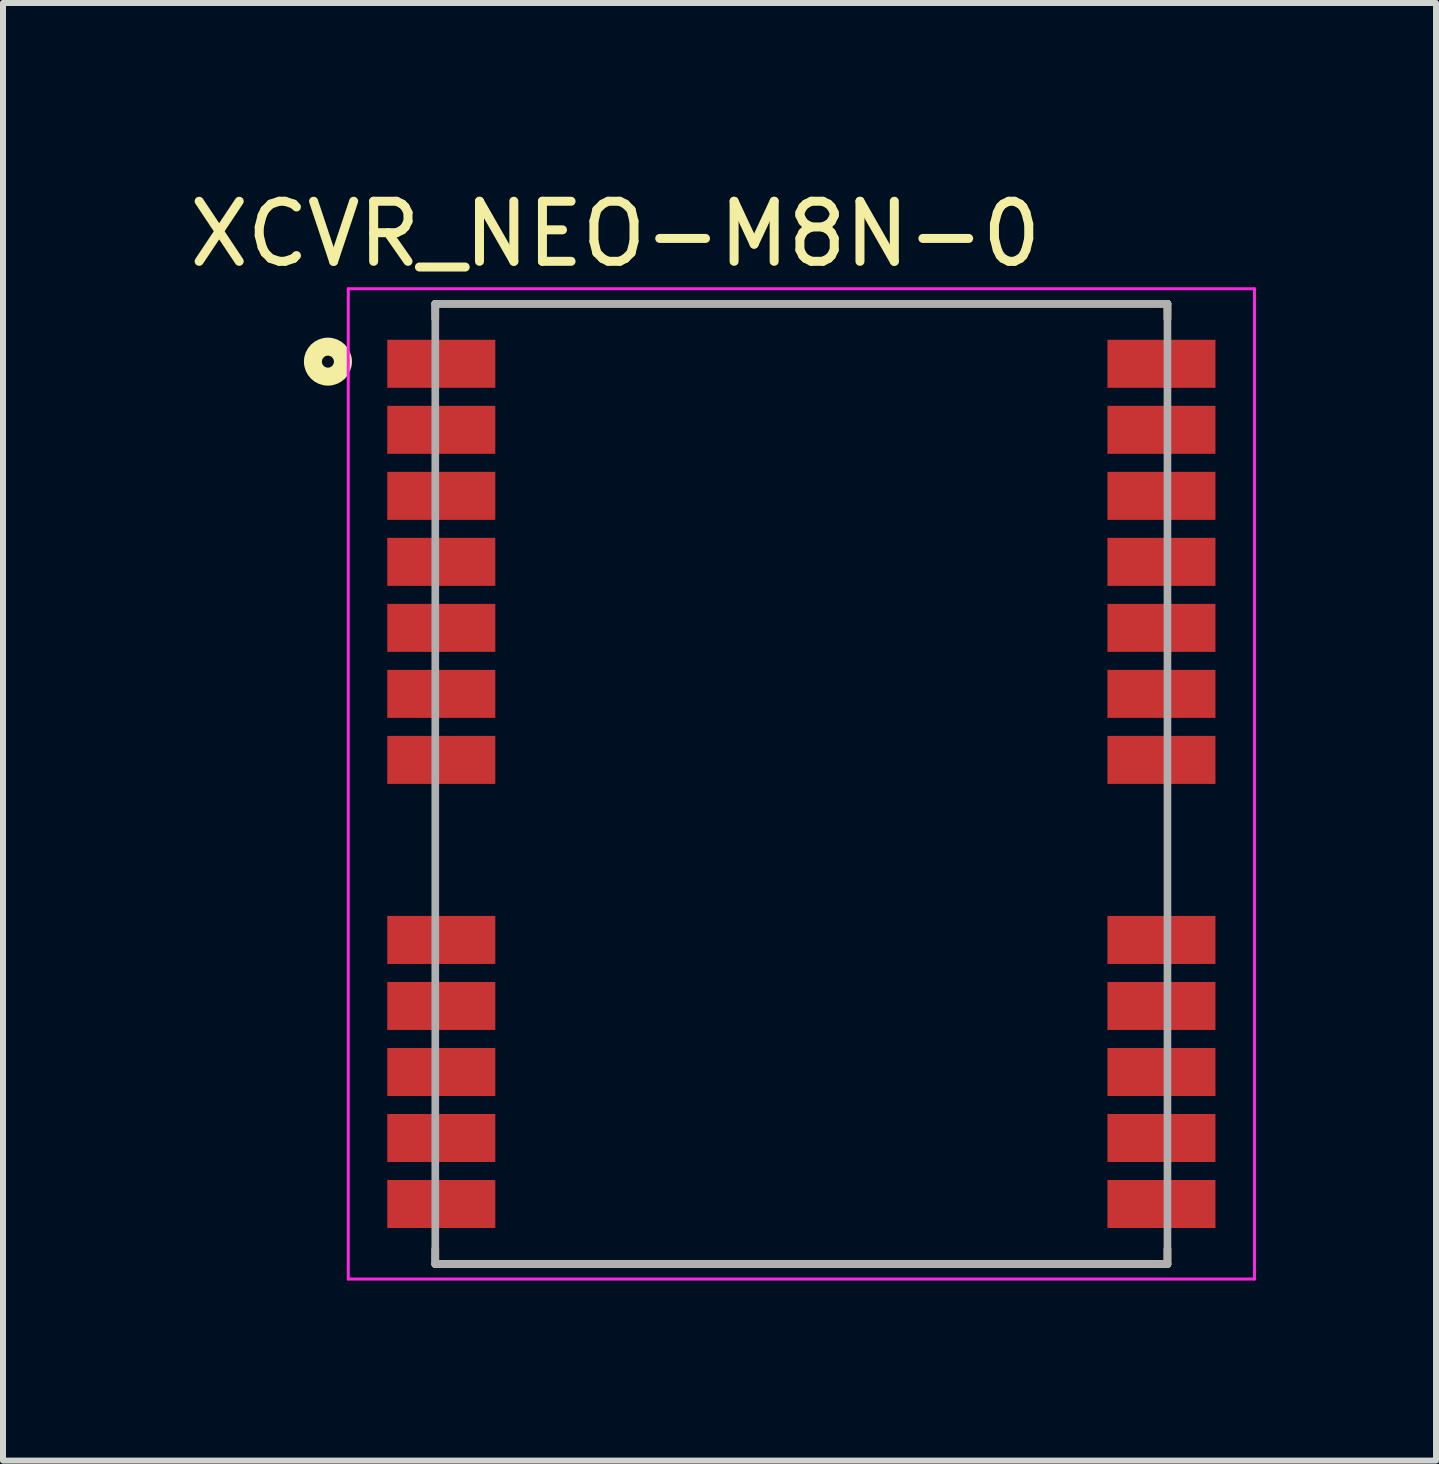
<source format=kicad_pcb>
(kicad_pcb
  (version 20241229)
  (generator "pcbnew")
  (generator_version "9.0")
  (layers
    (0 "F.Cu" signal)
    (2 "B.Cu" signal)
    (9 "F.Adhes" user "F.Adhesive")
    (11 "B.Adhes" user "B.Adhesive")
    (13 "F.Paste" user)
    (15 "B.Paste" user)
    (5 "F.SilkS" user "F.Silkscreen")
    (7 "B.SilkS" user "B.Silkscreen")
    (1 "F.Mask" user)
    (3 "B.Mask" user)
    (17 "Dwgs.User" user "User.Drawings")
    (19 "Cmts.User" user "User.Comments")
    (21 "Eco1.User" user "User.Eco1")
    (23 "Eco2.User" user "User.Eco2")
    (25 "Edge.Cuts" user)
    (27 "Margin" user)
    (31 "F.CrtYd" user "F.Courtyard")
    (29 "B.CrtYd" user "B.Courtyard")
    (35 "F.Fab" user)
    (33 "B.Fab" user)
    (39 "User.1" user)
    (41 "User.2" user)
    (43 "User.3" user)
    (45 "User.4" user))
  (footprint "XCVR_NEO-M8N-0"
    (layer "F.Cu")
    (at 10.303 10.012)
    (property "Reference" "XCVR_NEO-M8N-0" (at -3.099 -9.163 0) (layer "F.SilkS") (effects (font (size 1.001 1.001) (thickness 0.15))))
    (attr through_hole)
    (fp_line (start -6.1 -8) (end 6.1 -8) (stroke (width 0.127) (type solid)) (layer "F.SilkS"))
    (fp_line (start -6.1 -7.75) (end -6.1 -8) (stroke (width 0.127) (type solid)) (layer "F.SilkS"))
    (fp_line (start -6.1 7.75) (end -6.1 8) (stroke (width 0.127) (type solid)) (layer "F.SilkS"))
    (fp_line (start -6.1 8) (end 6.1 8) (stroke (width 0.127) (type solid)) (layer "F.SilkS"))
    (fp_line (start 6.1 -8) (end 6.1 -7.75) (stroke (width 0.127) (type solid)) (layer "F.SilkS"))
    (fp_line (start 6.1 8) (end 6.1 7.75) (stroke (width 0.127) (type solid)) (layer "F.SilkS"))
    (fp_circle (center -7.889 -7.036) (end -7.789 -7.036) (stroke (width 0.3) (type solid)) (fill no) (layer "F.SilkS"))
    (fp_poly (pts (xy -7.3 -7.4) (xy -6.1 -7.4) (xy -6.1 -6.6) (xy -7.3 -6.6)) (stroke (width 0.0001) (type solid)) (fill yes) (layer "F.Paste"))
    (fp_poly (pts (xy -7.3 -6.3) (xy -6.1 -6.3) (xy -6.1 -5.5) (xy -7.3 -5.5)) (stroke (width 0.0001) (type solid)) (fill yes) (layer "F.Paste"))
    (fp_poly (pts (xy -7.3 -5.2) (xy -6.1 -5.2) (xy -6.1 -4.4) (xy -7.3 -4.4)) (stroke (width 0.0001) (type solid)) (fill yes) (layer "F.Paste"))
    (fp_poly (pts (xy -7.3 -4.1) (xy -6.1 -4.1) (xy -6.1 -3.3) (xy -7.3 -3.3)) (stroke (width 0.0001) (type solid)) (fill yes) (layer "F.Paste"))
    (fp_poly (pts (xy -7.3 -3) (xy -6.1 -3) (xy -6.1 -2.2) (xy -7.3 -2.2)) (stroke (width 0.0001) (type solid)) (fill yes) (layer "F.Paste"))
    (fp_poly (pts (xy -7.3 -1.9) (xy -6.1 -1.9) (xy -6.1 -1.1) (xy -7.3 -1.1)) (stroke (width 0.0001) (type solid)) (fill yes) (layer "F.Paste"))
    (fp_poly (pts (xy -7.3 -0.8) (xy -6.1 -0.8) (xy -6.1 0) (xy -7.3 0)) (stroke (width 0.0001) (type solid)) (fill yes) (layer "F.Paste"))
    (fp_poly (pts (xy -7.3 2.2) (xy -6.1 2.2) (xy -6.1 3) (xy -7.3 3)) (stroke (width 0.0001) (type solid)) (fill yes) (layer "F.Paste"))
    (fp_poly (pts (xy -7.3 3.3) (xy -6.1 3.3) (xy -6.1 4.1) (xy -7.3 4.1)) (stroke (width 0.0001) (type solid)) (fill yes) (layer "F.Paste"))
    (fp_poly (pts (xy -7.3 4.4) (xy -6.1 4.4) (xy -6.1 5.2) (xy -7.3 5.2)) (stroke (width 0.0001) (type solid)) (fill yes) (layer "F.Paste"))
    (fp_poly (pts (xy -7.3 5.5) (xy -6.1 5.5) (xy -6.1 6.3) (xy -7.3 6.3)) (stroke (width 0.0001) (type solid)) (fill yes) (layer "F.Paste"))
    (fp_poly (pts (xy -7.3 6.6) (xy -6.1 6.6) (xy -6.1 7.4) (xy -7.3 7.4)) (stroke (width 0.0001) (type solid)) (fill yes) (layer "F.Paste"))
    (fp_poly (pts (xy -6.1 -7.3) (xy -5.2 -7.3) (xy -5.2 -6.7) (xy -6.1 -6.7)) (stroke (width 0.0001) (type solid)) (fill yes) (layer "F.Paste"))
    (fp_poly (pts (xy -6.1 -6.2) (xy -5.2 -6.2) (xy -5.2 -5.6) (xy -6.1 -5.6)) (stroke (width 0.0001) (type solid)) (fill yes) (layer "F.Paste"))
    (fp_poly (pts (xy -6.1 -5.1) (xy -5.2 -5.1) (xy -5.2 -4.5) (xy -6.1 -4.5)) (stroke (width 0.0001) (type solid)) (fill yes) (layer "F.Paste"))
    (fp_poly (pts (xy -6.1 -4) (xy -5.2 -4) (xy -5.2 -3.4) (xy -6.1 -3.4)) (stroke (width 0.0001) (type solid)) (fill yes) (layer "F.Paste"))
    (fp_poly (pts (xy -6.1 -2.9) (xy -5.2 -2.9) (xy -5.2 -2.3) (xy -6.1 -2.3)) (stroke (width 0.0001) (type solid)) (fill yes) (layer "F.Paste"))
    (fp_poly (pts (xy -6.1 -1.8) (xy -5.2 -1.8) (xy -5.2 -1.2) (xy -6.1 -1.2)) (stroke (width 0.0001) (type solid)) (fill yes) (layer "F.Paste"))
    (fp_poly (pts (xy -6.1 -0.7) (xy -5.2 -0.7) (xy -5.2 -0.1) (xy -6.1 -0.1)) (stroke (width 0.0001) (type solid)) (fill yes) (layer "F.Paste"))
    (fp_poly (pts (xy -6.1 2.3) (xy -5.2 2.3) (xy -5.2 2.9) (xy -6.1 2.9)) (stroke (width 0.0001) (type solid)) (fill yes) (layer "F.Paste"))
    (fp_poly (pts (xy -6.1 3.4) (xy -5.2 3.4) (xy -5.2 4) (xy -6.1 4)) (stroke (width 0.0001) (type solid)) (fill yes) (layer "F.Paste"))
    (fp_poly (pts (xy -6.1 4.5) (xy -5.2 4.5) (xy -5.2 5.1) (xy -6.1 5.1)) (stroke (width 0.0001) (type solid)) (fill yes) (layer "F.Paste"))
    (fp_poly (pts (xy -6.1 5.6) (xy -5.2 5.6) (xy -5.2 6.2) (xy -6.1 6.2)) (stroke (width 0.0001) (type solid)) (fill yes) (layer "F.Paste"))
    (fp_poly (pts (xy -6.1 6.7) (xy -5.2 6.7) (xy -5.2 7.3) (xy -6.1 7.3)) (stroke (width 0.0001) (type solid)) (fill yes) (layer "F.Paste"))
    (fp_poly (pts (xy 6.1 -7.3) (xy 5.2 -7.3) (xy 5.2 -6.7) (xy 6.1 -6.7)) (stroke (width 0.0001) (type solid)) (fill yes) (layer "F.Paste"))
    (fp_poly (pts (xy 6.1 -6.2) (xy 5.2 -6.2) (xy 5.2 -5.6) (xy 6.1 -5.6)) (stroke (width 0.0001) (type solid)) (fill yes) (layer "F.Paste"))
    (fp_poly (pts (xy 6.1 -5.1) (xy 5.2 -5.1) (xy 5.2 -4.5) (xy 6.1 -4.5)) (stroke (width 0.0001) (type solid)) (fill yes) (layer "F.Paste"))
    (fp_poly (pts (xy 6.1 -4) (xy 5.2 -4) (xy 5.2 -3.4) (xy 6.1 -3.4)) (stroke (width 0.0001) (type solid)) (fill yes) (layer "F.Paste"))
    (fp_poly (pts (xy 6.1 -2.9) (xy 5.2 -2.9) (xy 5.2 -2.3) (xy 6.1 -2.3)) (stroke (width 0.0001) (type solid)) (fill yes) (layer "F.Paste"))
    (fp_poly (pts (xy 6.1 -1.8) (xy 5.2 -1.8) (xy 5.2 -1.2) (xy 6.1 -1.2)) (stroke (width 0.0001) (type solid)) (fill yes) (layer "F.Paste"))
    (fp_poly (pts (xy 6.1 -0.7) (xy 5.2 -0.7) (xy 5.2 -0.1) (xy 6.1 -0.1)) (stroke (width 0.0001) (type solid)) (fill yes) (layer "F.Paste"))
    (fp_poly (pts (xy 6.1 2.3) (xy 5.2 2.3) (xy 5.2 2.9) (xy 6.1 2.9)) (stroke (width 0.0001) (type solid)) (fill yes) (layer "F.Paste"))
    (fp_poly (pts (xy 6.1 3.4) (xy 5.2 3.4) (xy 5.2 4) (xy 6.1 4)) (stroke (width 0.0001) (type solid)) (fill yes) (layer "F.Paste"))
    (fp_poly (pts (xy 6.1 4.5) (xy 5.2 4.5) (xy 5.2 5.1) (xy 6.1 5.1)) (stroke (width 0.0001) (type solid)) (fill yes) (layer "F.Paste"))
    (fp_poly (pts (xy 6.1 5.6) (xy 5.2 5.6) (xy 5.2 6.2) (xy 6.1 6.2)) (stroke (width 0.0001) (type solid)) (fill yes) (layer "F.Paste"))
    (fp_poly (pts (xy 6.1 6.7) (xy 5.2 6.7) (xy 5.2 7.3) (xy 6.1 7.3)) (stroke (width 0.0001) (type solid)) (fill yes) (layer "F.Paste"))
    (fp_poly (pts (xy 7.3 -7.4) (xy 6.1 -7.4) (xy 6.1 -6.6) (xy 7.3 -6.6)) (stroke (width 0.0001) (type solid)) (fill yes) (layer "F.Paste"))
    (fp_poly (pts (xy 7.3 -6.3) (xy 6.1 -6.3) (xy 6.1 -5.5) (xy 7.3 -5.5)) (stroke (width 0.0001) (type solid)) (fill yes) (layer "F.Paste"))
    (fp_poly (pts (xy 7.3 -5.2) (xy 6.1 -5.2) (xy 6.1 -4.4) (xy 7.3 -4.4)) (stroke (width 0.0001) (type solid)) (fill yes) (layer "F.Paste"))
    (fp_poly (pts (xy 7.3 -4.1) (xy 6.1 -4.1) (xy 6.1 -3.3) (xy 7.3 -3.3)) (stroke (width 0.0001) (type solid)) (fill yes) (layer "F.Paste"))
    (fp_poly (pts (xy 7.3 -3) (xy 6.1 -3) (xy 6.1 -2.2) (xy 7.3 -2.2)) (stroke (width 0.0001) (type solid)) (fill yes) (layer "F.Paste"))
    (fp_poly (pts (xy 7.3 -1.9) (xy 6.1 -1.9) (xy 6.1 -1.1) (xy 7.3 -1.1)) (stroke (width 0.0001) (type solid)) (fill yes) (layer "F.Paste"))
    (fp_poly (pts (xy 7.3 -0.8) (xy 6.1 -0.8) (xy 6.1 0) (xy 7.3 0)) (stroke (width 0.0001) (type solid)) (fill yes) (layer "F.Paste"))
    (fp_poly (pts (xy 7.3 2.2) (xy 6.1 2.2) (xy 6.1 3) (xy 7.3 3)) (stroke (width 0.0001) (type solid)) (fill yes) (layer "F.Paste"))
    (fp_poly (pts (xy 7.3 3.3) (xy 6.1 3.3) (xy 6.1 4.1) (xy 7.3 4.1)) (stroke (width 0.0001) (type solid)) (fill yes) (layer "F.Paste"))
    (fp_poly (pts (xy 7.3 4.4) (xy 6.1 4.4) (xy 6.1 5.2) (xy 7.3 5.2)) (stroke (width 0.0001) (type solid)) (fill yes) (layer "F.Paste"))
    (fp_poly (pts (xy 7.3 5.5) (xy 6.1 5.5) (xy 6.1 6.3) (xy 7.3 6.3)) (stroke (width 0.0001) (type solid)) (fill yes) (layer "F.Paste"))
    (fp_poly (pts (xy 7.3 6.6) (xy 6.1 6.6) (xy 6.1 7.4) (xy 7.3 7.4)) (stroke (width 0.0001) (type solid)) (fill yes) (layer "F.Paste"))
    (fp_line (start -7.55 -8.25) (end 7.55 -8.25) (stroke (width 0.05) (type solid)) (layer "F.CrtYd"))
    (fp_line (start -7.55 8.25) (end -7.55 -8.25) (stroke (width 0.05) (type solid)) (layer "F.CrtYd"))
    (fp_line (start 7.55 -8.25) (end 7.55 8.25) (stroke (width 0.05) (type solid)) (layer "F.CrtYd"))
    (fp_line (start 7.55 8.25) (end -7.55 8.25) (stroke (width 0.05) (type solid)) (layer "F.CrtYd"))
    (fp_line (start -6.1 -8) (end 6.1 -8) (stroke (width 0.127) (type solid)) (layer "F.Fab"))
    (fp_line (start -6.1 8) (end -6.1 -8) (stroke (width 0.127) (type solid)) (layer "F.Fab"))
    (fp_line (start 6.1 -8) (end 6.1 8) (stroke (width 0.127) (type solid)) (layer "F.Fab"))
    (fp_line (start 6.1 8) (end -6.1 8) (stroke (width 0.127) (type solid)) (layer "F.Fab"))
    (pad "1" smd rect (at -6 -7 180) (size 1.8 0.8) (layers "F.Cu" "F.Mask"))
    (pad "2" smd rect (at -6 -5.9 180) (size 1.8 0.8) (layers "F.Cu" "F.Mask"))
    (pad "3" smd rect (at -6 -4.8 180) (size 1.8 0.8) (layers "F.Cu" "F.Mask"))
    (pad "4" smd rect (at -6 -3.7 180) (size 1.8 0.8) (layers "F.Cu" "F.Mask"))
    (pad "5" smd rect (at -6 -2.6 180) (size 1.8 0.8) (layers "F.Cu" "F.Mask"))
    (pad "6" smd rect (at -6 -1.5 180) (size 1.8 0.8) (layers "F.Cu" "F.Mask"))
    (pad "7" smd rect (at -6 -0.4 180) (size 1.8 0.8) (layers "F.Cu" "F.Mask"))
    (pad "8" smd rect (at -6 2.6 180) (size 1.8 0.8) (layers "F.Cu" "F.Mask"))
    (pad "9" smd rect (at -6 3.7 180) (size 1.8 0.8) (layers "F.Cu" "F.Mask"))
    (pad "10" smd rect (at -6 4.8 180) (size 1.8 0.8) (layers "F.Cu" "F.Mask"))
    (pad "11" smd rect (at -6 5.9 180) (size 1.8 0.8) (layers "F.Cu" "F.Mask"))
    (pad "12" smd rect (at -6 7 180) (size 1.8 0.8) (layers "F.Cu" "F.Mask"))
    (pad "13" smd rect (at 6 7 180) (size 1.8 0.8) (layers "F.Cu" "F.Mask"))
    (pad "14" smd rect (at 6 5.9 180) (size 1.8 0.8) (layers "F.Cu" "F.Mask"))
    (pad "15" smd rect (at 6 4.8 180) (size 1.8 0.8) (layers "F.Cu" "F.Mask"))
    (pad "16" smd rect (at 6 3.7 180) (size 1.8 0.8) (layers "F.Cu" "F.Mask"))
    (pad "17" smd rect (at 6 2.6 180) (size 1.8 0.8) (layers "F.Cu" "F.Mask"))
    (pad "18" smd rect (at 6 -0.4 180) (size 1.8 0.8) (layers "F.Cu" "F.Mask"))
    (pad "19" smd rect (at 6 -1.5 180) (size 1.8 0.8) (layers "F.Cu" "F.Mask"))
    (pad "20" smd rect (at 6 -2.6 180) (size 1.8 0.8) (layers "F.Cu" "F.Mask"))
    (pad "21" smd rect (at 6 -3.7 180) (size 1.8 0.8) (layers "F.Cu" "F.Mask"))
    (pad "22" smd rect (at 6 -4.8 180) (size 1.8 0.8) (layers "F.Cu" "F.Mask"))
    (pad "23" smd rect (at 6 -5.9 180) (size 1.8 0.8) (layers "F.Cu" "F.Mask"))
    (pad "24" smd rect (at 6 -7 180) (size 1.8 0.8) (layers "F.Cu" "F.Mask")))
  (gr_rect
    (start -3 -3)
    (end 20.878 21.287)
    (stroke (width 0.1) (type default))
    (fill no)
    (layer "Edge.Cuts")))
</source>
